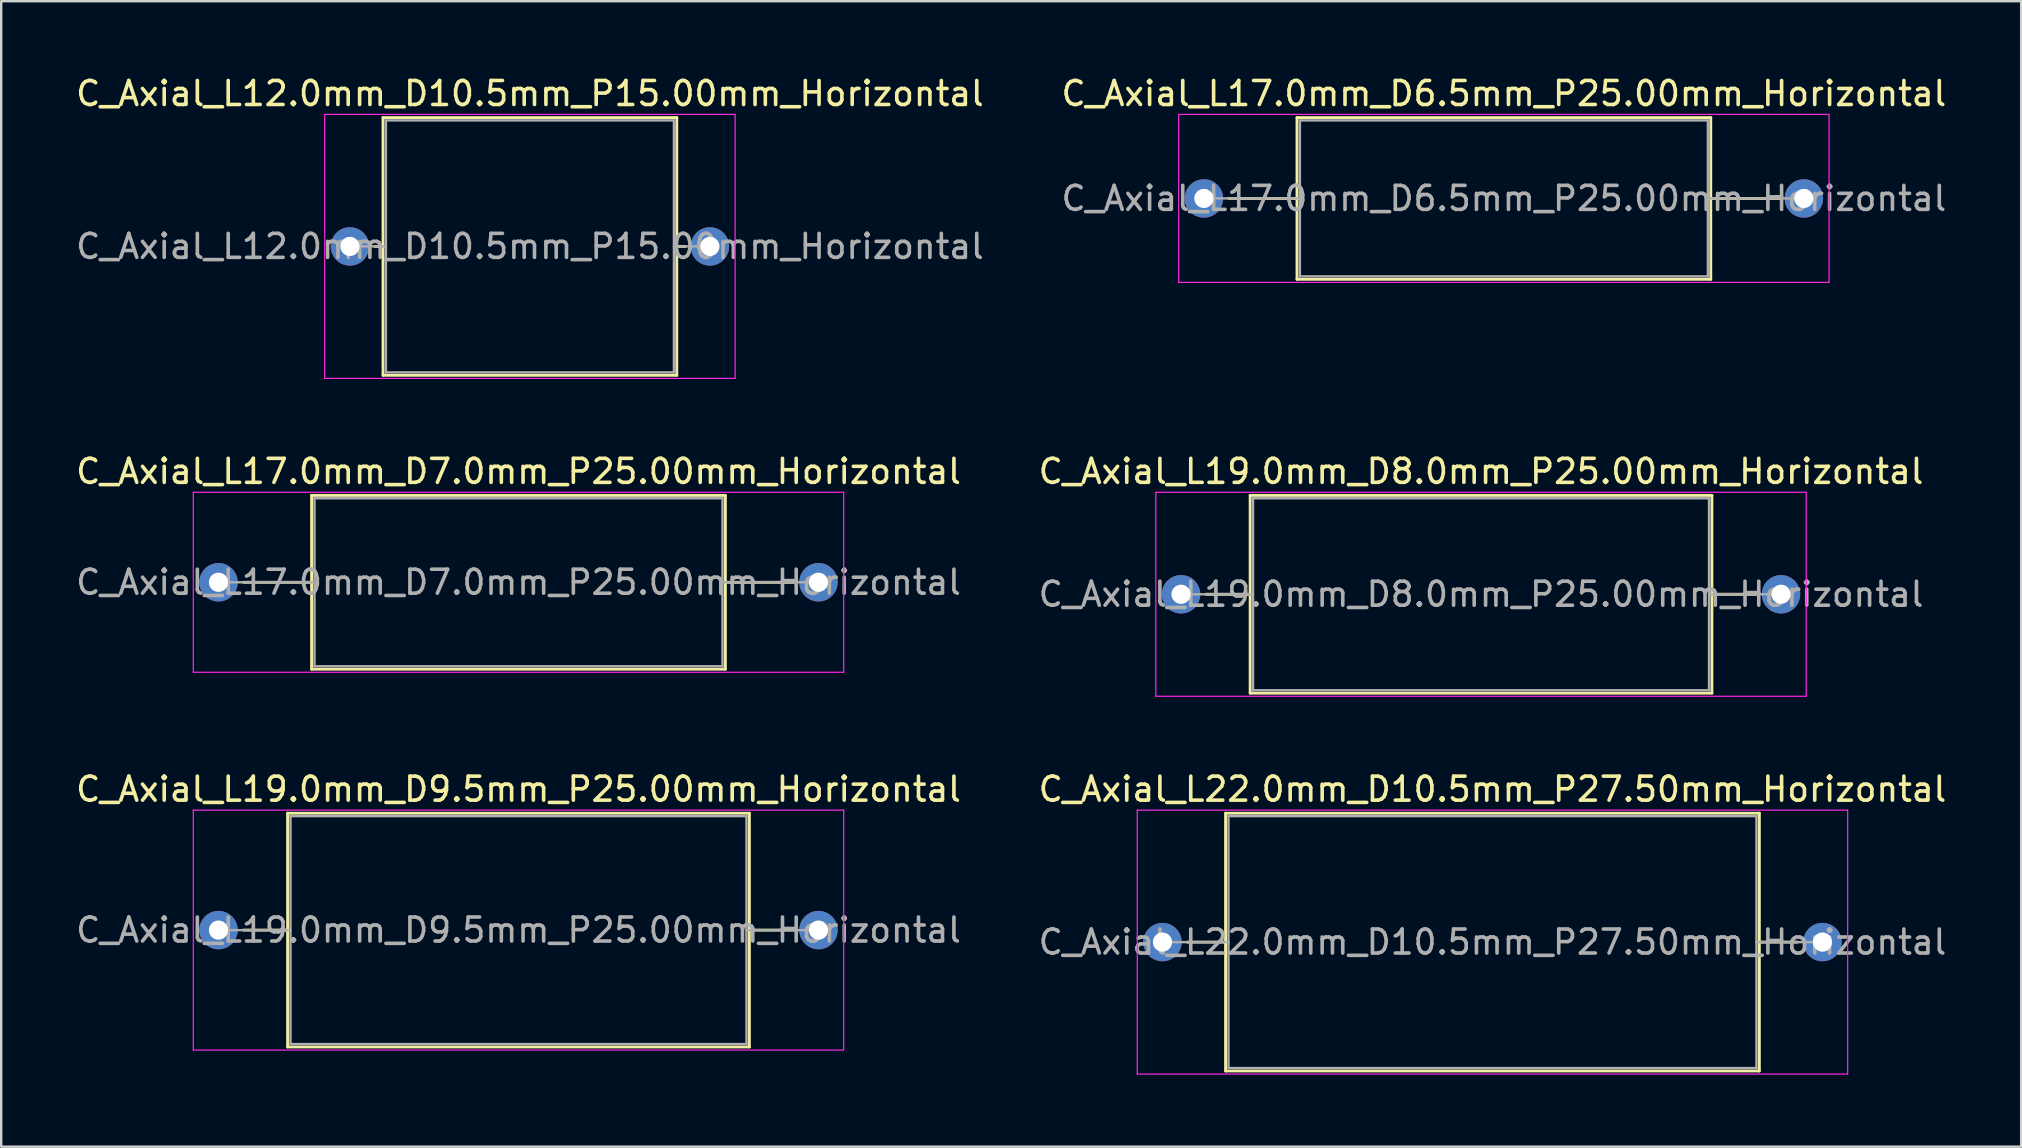
<source format=kicad_pcb>
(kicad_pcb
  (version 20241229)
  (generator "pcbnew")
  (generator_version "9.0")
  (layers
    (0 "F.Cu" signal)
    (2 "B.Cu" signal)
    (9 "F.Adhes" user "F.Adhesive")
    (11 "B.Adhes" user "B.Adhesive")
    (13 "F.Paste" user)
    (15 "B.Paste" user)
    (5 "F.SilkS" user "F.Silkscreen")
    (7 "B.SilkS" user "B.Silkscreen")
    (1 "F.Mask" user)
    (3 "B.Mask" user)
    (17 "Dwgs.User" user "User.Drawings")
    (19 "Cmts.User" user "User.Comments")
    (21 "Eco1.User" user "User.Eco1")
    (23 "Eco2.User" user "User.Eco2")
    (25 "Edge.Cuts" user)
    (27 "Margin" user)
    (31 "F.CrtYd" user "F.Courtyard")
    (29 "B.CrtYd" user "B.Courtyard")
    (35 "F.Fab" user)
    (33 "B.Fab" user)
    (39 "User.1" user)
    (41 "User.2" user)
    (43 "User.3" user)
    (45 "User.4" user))
  (footprint "C_Axial_L17.0mm_D6.5mm_P25.00mm_Horizontal"
    (layer "F.Cu")
    (at 47.113 5.218)
    (property "Reference" "C_Axial_L17.0mm_D6.5mm_P25.00mm_Horizontal" (at 12.5 -4.37 0) (layer "F.SilkS") (effects (font (size 1 1) (thickness 0.15))))
    (attr through_hole)
    (fp_line (start 1.04 0) (end 3.88 0) (stroke (width 0.12) (type solid)) (layer "F.SilkS"))
    (fp_line (start 3.88 -3.37) (end 3.88 3.37) (stroke (width 0.12) (type solid)) (layer "F.SilkS"))
    (fp_line (start 3.88 3.37) (end 21.12 3.37) (stroke (width 0.12) (type solid)) (layer "F.SilkS"))
    (fp_line (start 21.12 -3.37) (end 3.88 -3.37) (stroke (width 0.12) (type solid)) (layer "F.SilkS"))
    (fp_line (start 21.12 3.37) (end 21.12 -3.37) (stroke (width 0.12) (type solid)) (layer "F.SilkS"))
    (fp_line (start 23.96 0) (end 21.12 0) (stroke (width 0.12) (type solid)) (layer "F.SilkS"))
    (fp_line (start -1.05 -3.5) (end -1.05 3.5) (stroke (width 0.05) (type solid)) (layer "F.CrtYd"))
    (fp_line (start -1.05 3.5) (end 26.05 3.5) (stroke (width 0.05) (type solid)) (layer "F.CrtYd"))
    (fp_line (start 26.05 -3.5) (end -1.05 -3.5) (stroke (width 0.05) (type solid)) (layer "F.CrtYd"))
    (fp_line (start 26.05 3.5) (end 26.05 -3.5) (stroke (width 0.05) (type solid)) (layer "F.CrtYd"))
    (fp_line (start 0 0) (end 4 0) (stroke (width 0.1) (type solid)) (layer "F.Fab"))
    (fp_line (start 4 -3.25) (end 4 3.25) (stroke (width 0.1) (type solid)) (layer "F.Fab"))
    (fp_line (start 4 3.25) (end 21 3.25) (stroke (width 0.1) (type solid)) (layer "F.Fab"))
    (fp_line (start 21 -3.25) (end 4 -3.25) (stroke (width 0.1) (type solid)) (layer "F.Fab"))
    (fp_line (start 21 3.25) (end 21 -3.25) (stroke (width 0.1) (type solid)) (layer "F.Fab"))
    (fp_line (start 25 0) (end 21 0) (stroke (width 0.1) (type solid)) (layer "F.Fab"))
    (fp_text user "${REFERENCE}" (at 12.5 0 0) (layer "F.Fab") (effects (font (size 1 1) (thickness 0.15))))
    (pad "1" thru_hole circle (at 0 0) (size 1.6 1.6) (drill 0.8) (layers "*.Cu" "*.Mask"))
    (pad "2" thru_hole oval (at 25 0) (size 1.6 1.6) (drill 0.8) (layers "*.Cu" "*.Mask")))
  (footprint "C_Axial_L19.0mm_D8.0mm_P25.00mm_Horizontal"
    (layer "F.Cu")
    (at 46.161 21.712)
    (property "Reference" "C_Axial_L19.0mm_D8.0mm_P25.00mm_Horizontal" (at 12.5 -5.12 0) (layer "F.SilkS") (effects (font (size 1 1) (thickness 0.15))))
    (attr through_hole)
    (fp_line (start 1.04 0) (end 2.88 0) (stroke (width 0.12) (type solid)) (layer "F.SilkS"))
    (fp_line (start 2.88 -4.12) (end 2.88 4.12) (stroke (width 0.12) (type solid)) (layer "F.SilkS"))
    (fp_line (start 2.88 4.12) (end 22.12 4.12) (stroke (width 0.12) (type solid)) (layer "F.SilkS"))
    (fp_line (start 22.12 -4.12) (end 2.88 -4.12) (stroke (width 0.12) (type solid)) (layer "F.SilkS"))
    (fp_line (start 22.12 4.12) (end 22.12 -4.12) (stroke (width 0.12) (type solid)) (layer "F.SilkS"))
    (fp_line (start 23.96 0) (end 22.12 0) (stroke (width 0.12) (type solid)) (layer "F.SilkS"))
    (fp_line (start -1.05 -4.25) (end -1.05 4.25) (stroke (width 0.05) (type solid)) (layer "F.CrtYd"))
    (fp_line (start -1.05 4.25) (end 26.05 4.25) (stroke (width 0.05) (type solid)) (layer "F.CrtYd"))
    (fp_line (start 26.05 -4.25) (end -1.05 -4.25) (stroke (width 0.05) (type solid)) (layer "F.CrtYd"))
    (fp_line (start 26.05 4.25) (end 26.05 -4.25) (stroke (width 0.05) (type solid)) (layer "F.CrtYd"))
    (fp_line (start 0 0) (end 3 0) (stroke (width 0.1) (type solid)) (layer "F.Fab"))
    (fp_line (start 3 -4) (end 3 4) (stroke (width 0.1) (type solid)) (layer "F.Fab"))
    (fp_line (start 3 4) (end 22 4) (stroke (width 0.1) (type solid)) (layer "F.Fab"))
    (fp_line (start 22 -4) (end 3 -4) (stroke (width 0.1) (type solid)) (layer "F.Fab"))
    (fp_line (start 22 4) (end 22 -4) (stroke (width 0.1) (type solid)) (layer "F.Fab"))
    (fp_line (start 25 0) (end 22 0) (stroke (width 0.1) (type solid)) (layer "F.Fab"))
    (fp_text user "${REFERENCE}" (at 12.5 0 0) (layer "F.Fab") (effects (font (size 1 1) (thickness 0.15))))
    (pad "1" thru_hole circle (at 0 0) (size 1.6 1.6) (drill 0.8) (layers "*.Cu" "*.Mask"))
    (pad "2" thru_hole oval (at 25 0) (size 1.6 1.6) (drill 0.8) (layers "*.Cu" "*.Mask")))
  (footprint "C_Axial_L17.0mm_D7.0mm_P25.00mm_Horizontal"
    (layer "F.Cu")
    (at 6.054 21.212)
    (property "Reference" "C_Axial_L17.0mm_D7.0mm_P25.00mm_Horizontal" (at 12.5 -4.62 0) (layer "F.SilkS") (effects (font (size 1 1) (thickness 0.15))))
    (attr through_hole)
    (fp_line (start 1.04 0) (end 3.88 0) (stroke (width 0.12) (type solid)) (layer "F.SilkS"))
    (fp_line (start 3.88 -3.62) (end 3.88 3.62) (stroke (width 0.12) (type solid)) (layer "F.SilkS"))
    (fp_line (start 3.88 3.62) (end 21.12 3.62) (stroke (width 0.12) (type solid)) (layer "F.SilkS"))
    (fp_line (start 21.12 -3.62) (end 3.88 -3.62) (stroke (width 0.12) (type solid)) (layer "F.SilkS"))
    (fp_line (start 21.12 3.62) (end 21.12 -3.62) (stroke (width 0.12) (type solid)) (layer "F.SilkS"))
    (fp_line (start 23.96 0) (end 21.12 0) (stroke (width 0.12) (type solid)) (layer "F.SilkS"))
    (fp_line (start -1.05 -3.75) (end -1.05 3.75) (stroke (width 0.05) (type solid)) (layer "F.CrtYd"))
    (fp_line (start -1.05 3.75) (end 26.05 3.75) (stroke (width 0.05) (type solid)) (layer "F.CrtYd"))
    (fp_line (start 26.05 -3.75) (end -1.05 -3.75) (stroke (width 0.05) (type solid)) (layer "F.CrtYd"))
    (fp_line (start 26.05 3.75) (end 26.05 -3.75) (stroke (width 0.05) (type solid)) (layer "F.CrtYd"))
    (fp_line (start 0 0) (end 4 0) (stroke (width 0.1) (type solid)) (layer "F.Fab"))
    (fp_line (start 4 -3.5) (end 4 3.5) (stroke (width 0.1) (type solid)) (layer "F.Fab"))
    (fp_line (start 4 3.5) (end 21 3.5) (stroke (width 0.1) (type solid)) (layer "F.Fab"))
    (fp_line (start 21 -3.5) (end 4 -3.5) (stroke (width 0.1) (type solid)) (layer "F.Fab"))
    (fp_line (start 21 3.5) (end 21 -3.5) (stroke (width 0.1) (type solid)) (layer "F.Fab"))
    (fp_line (start 25 0) (end 21 0) (stroke (width 0.1) (type solid)) (layer "F.Fab"))
    (fp_text user "${REFERENCE}" (at 12.5 0 0) (layer "F.Fab") (effects (font (size 1 1) (thickness 0.15))))
    (pad "1" thru_hole circle (at 0 0) (size 1.6 1.6) (drill 0.8) (layers "*.Cu" "*.Mask"))
    (pad "2" thru_hole oval (at 25 0) (size 1.6 1.6) (drill 0.8) (layers "*.Cu" "*.Mask")))
  (footprint "C_Axial_L12.0mm_D10.5mm_P15.00mm_Horizontal"
    (layer "F.Cu")
    (at 11.53 7.218)
    (property "Reference" "C_Axial_L12.0mm_D10.5mm_P15.00mm_Horizontal" (at 7.5 -6.37 0) (layer "F.SilkS") (effects (font (size 1 1) (thickness 0.15))))
    (attr through_hole)
    (fp_line (start 1.04 0) (end 1.38 0) (stroke (width 0.12) (type solid)) (layer "F.SilkS"))
    (fp_line (start 1.38 -5.37) (end 1.38 5.37) (stroke (width 0.12) (type solid)) (layer "F.SilkS"))
    (fp_line (start 1.38 5.37) (end 13.62 5.37) (stroke (width 0.12) (type solid)) (layer "F.SilkS"))
    (fp_line (start 13.62 -5.37) (end 1.38 -5.37) (stroke (width 0.12) (type solid)) (layer "F.SilkS"))
    (fp_line (start 13.62 5.37) (end 13.62 -5.37) (stroke (width 0.12) (type solid)) (layer "F.SilkS"))
    (fp_line (start 13.96 0) (end 13.62 0) (stroke (width 0.12) (type solid)) (layer "F.SilkS"))
    (fp_line (start -1.05 -5.5) (end -1.05 5.5) (stroke (width 0.05) (type solid)) (layer "F.CrtYd"))
    (fp_line (start -1.05 5.5) (end 16.05 5.5) (stroke (width 0.05) (type solid)) (layer "F.CrtYd"))
    (fp_line (start 16.05 -5.5) (end -1.05 -5.5) (stroke (width 0.05) (type solid)) (layer "F.CrtYd"))
    (fp_line (start 16.05 5.5) (end 16.05 -5.5) (stroke (width 0.05) (type solid)) (layer "F.CrtYd"))
    (fp_line (start 0 0) (end 1.5 0) (stroke (width 0.1) (type solid)) (layer "F.Fab"))
    (fp_line (start 1.5 -5.25) (end 1.5 5.25) (stroke (width 0.1) (type solid)) (layer "F.Fab"))
    (fp_line (start 1.5 5.25) (end 13.5 5.25) (stroke (width 0.1) (type solid)) (layer "F.Fab"))
    (fp_line (start 13.5 -5.25) (end 1.5 -5.25) (stroke (width 0.1) (type solid)) (layer "F.Fab"))
    (fp_line (start 13.5 5.25) (end 13.5 -5.25) (stroke (width 0.1) (type solid)) (layer "F.Fab"))
    (fp_line (start 15 0) (end 13.5 0) (stroke (width 0.1) (type solid)) (layer "F.Fab"))
    (fp_text user "${REFERENCE}" (at 7.5 0 0) (layer "F.Fab") (effects (font (size 1 1) (thickness 0.15))))
    (pad "1" thru_hole circle (at 0 0) (size 1.6 1.6) (drill 0.8) (layers "*.Cu" "*.Mask"))
    (pad "2" thru_hole oval (at 15 0) (size 1.6 1.6) (drill 0.8) (layers "*.Cu" "*.Mask")))
  (footprint "C_Axial_L22.0mm_D10.5mm_P27.50mm_Horizontal"
    (layer "F.Cu")
    (at 45.387 36.205)
    (property "Reference" "C_Axial_L22.0mm_D10.5mm_P27.50mm_Horizontal" (at 13.75 -6.37 0) (layer "F.SilkS") (effects (font (size 1 1) (thickness 0.15))))
    (attr through_hole)
    (fp_line (start 1.04 0) (end 2.63 0) (stroke (width 0.12) (type solid)) (layer "F.SilkS"))
    (fp_line (start 2.63 -5.37) (end 2.63 5.37) (stroke (width 0.12) (type solid)) (layer "F.SilkS"))
    (fp_line (start 2.63 5.37) (end 24.87 5.37) (stroke (width 0.12) (type solid)) (layer "F.SilkS"))
    (fp_line (start 24.87 -5.37) (end 2.63 -5.37) (stroke (width 0.12) (type solid)) (layer "F.SilkS"))
    (fp_line (start 24.87 5.37) (end 24.87 -5.37) (stroke (width 0.12) (type solid)) (layer "F.SilkS"))
    (fp_line (start 26.46 0) (end 24.87 0) (stroke (width 0.12) (type solid)) (layer "F.SilkS"))
    (fp_line (start -1.05 -5.5) (end -1.05 5.5) (stroke (width 0.05) (type solid)) (layer "F.CrtYd"))
    (fp_line (start -1.05 5.5) (end 28.55 5.5) (stroke (width 0.05) (type solid)) (layer "F.CrtYd"))
    (fp_line (start 28.55 -5.5) (end -1.05 -5.5) (stroke (width 0.05) (type solid)) (layer "F.CrtYd"))
    (fp_line (start 28.55 5.5) (end 28.55 -5.5) (stroke (width 0.05) (type solid)) (layer "F.CrtYd"))
    (fp_line (start 0 0) (end 2.75 0) (stroke (width 0.1) (type solid)) (layer "F.Fab"))
    (fp_line (start 2.75 -5.25) (end 2.75 5.25) (stroke (width 0.1) (type solid)) (layer "F.Fab"))
    (fp_line (start 2.75 5.25) (end 24.75 5.25) (stroke (width 0.1) (type solid)) (layer "F.Fab"))
    (fp_line (start 24.75 -5.25) (end 2.75 -5.25) (stroke (width 0.1) (type solid)) (layer "F.Fab"))
    (fp_line (start 24.75 5.25) (end 24.75 -5.25) (stroke (width 0.1) (type solid)) (layer "F.Fab"))
    (fp_line (start 27.5 0) (end 24.75 0) (stroke (width 0.1) (type solid)) (layer "F.Fab"))
    (fp_text user "${REFERENCE}" (at 13.75 0 0) (layer "F.Fab") (effects (font (size 1 1) (thickness 0.15))))
    (pad "1" thru_hole circle (at 0 0) (size 1.6 1.6) (drill 0.8) (layers "*.Cu" "*.Mask"))
    (pad "2" thru_hole oval (at 27.5 0) (size 1.6 1.6) (drill 0.8) (layers "*.Cu" "*.Mask")))
  (footprint "C_Axial_L19.0mm_D9.5mm_P25.00mm_Horizontal"
    (layer "F.Cu")
    (at 6.054 35.705)
    (property "Reference" "C_Axial_L19.0mm_D9.5mm_P25.00mm_Horizontal" (at 12.5 -5.87 0) (layer "F.SilkS") (effects (font (size 1 1) (thickness 0.15))))
    (attr through_hole)
    (fp_line (start 1.04 0) (end 2.88 0) (stroke (width 0.12) (type solid)) (layer "F.SilkS"))
    (fp_line (start 2.88 -4.87) (end 2.88 4.87) (stroke (width 0.12) (type solid)) (layer "F.SilkS"))
    (fp_line (start 2.88 4.87) (end 22.12 4.87) (stroke (width 0.12) (type solid)) (layer "F.SilkS"))
    (fp_line (start 22.12 -4.87) (end 2.88 -4.87) (stroke (width 0.12) (type solid)) (layer "F.SilkS"))
    (fp_line (start 22.12 4.87) (end 22.12 -4.87) (stroke (width 0.12) (type solid)) (layer "F.SilkS"))
    (fp_line (start 23.96 0) (end 22.12 0) (stroke (width 0.12) (type solid)) (layer "F.SilkS"))
    (fp_line (start -1.05 -5) (end -1.05 5) (stroke (width 0.05) (type solid)) (layer "F.CrtYd"))
    (fp_line (start -1.05 5) (end 26.05 5) (stroke (width 0.05) (type solid)) (layer "F.CrtYd"))
    (fp_line (start 26.05 -5) (end -1.05 -5) (stroke (width 0.05) (type solid)) (layer "F.CrtYd"))
    (fp_line (start 26.05 5) (end 26.05 -5) (stroke (width 0.05) (type solid)) (layer "F.CrtYd"))
    (fp_line (start 0 0) (end 3 0) (stroke (width 0.1) (type solid)) (layer "F.Fab"))
    (fp_line (start 3 -4.75) (end 3 4.75) (stroke (width 0.1) (type solid)) (layer "F.Fab"))
    (fp_line (start 3 4.75) (end 22 4.75) (stroke (width 0.1) (type solid)) (layer "F.Fab"))
    (fp_line (start 22 -4.75) (end 3 -4.75) (stroke (width 0.1) (type solid)) (layer "F.Fab"))
    (fp_line (start 22 4.75) (end 22 -4.75) (stroke (width 0.1) (type solid)) (layer "F.Fab"))
    (fp_line (start 25 0) (end 22 0) (stroke (width 0.1) (type solid)) (layer "F.Fab"))
    (fp_text user "${REFERENCE}" (at 12.5 0 0) (layer "F.Fab") (effects (font (size 1 1) (thickness 0.15))))
    (pad "1" thru_hole circle (at 0 0) (size 1.6 1.6) (drill 0.8) (layers "*.Cu" "*.Mask"))
    (pad "2" thru_hole oval (at 25 0) (size 1.6 1.6) (drill 0.8) (layers "*.Cu" "*.Mask")))
  (gr_rect
    (start -3 -3)
    (end 81.167 44.73)
    (stroke (width 0.1) (type default))
    (fill no)
    (layer "Edge.Cuts")))
</source>
